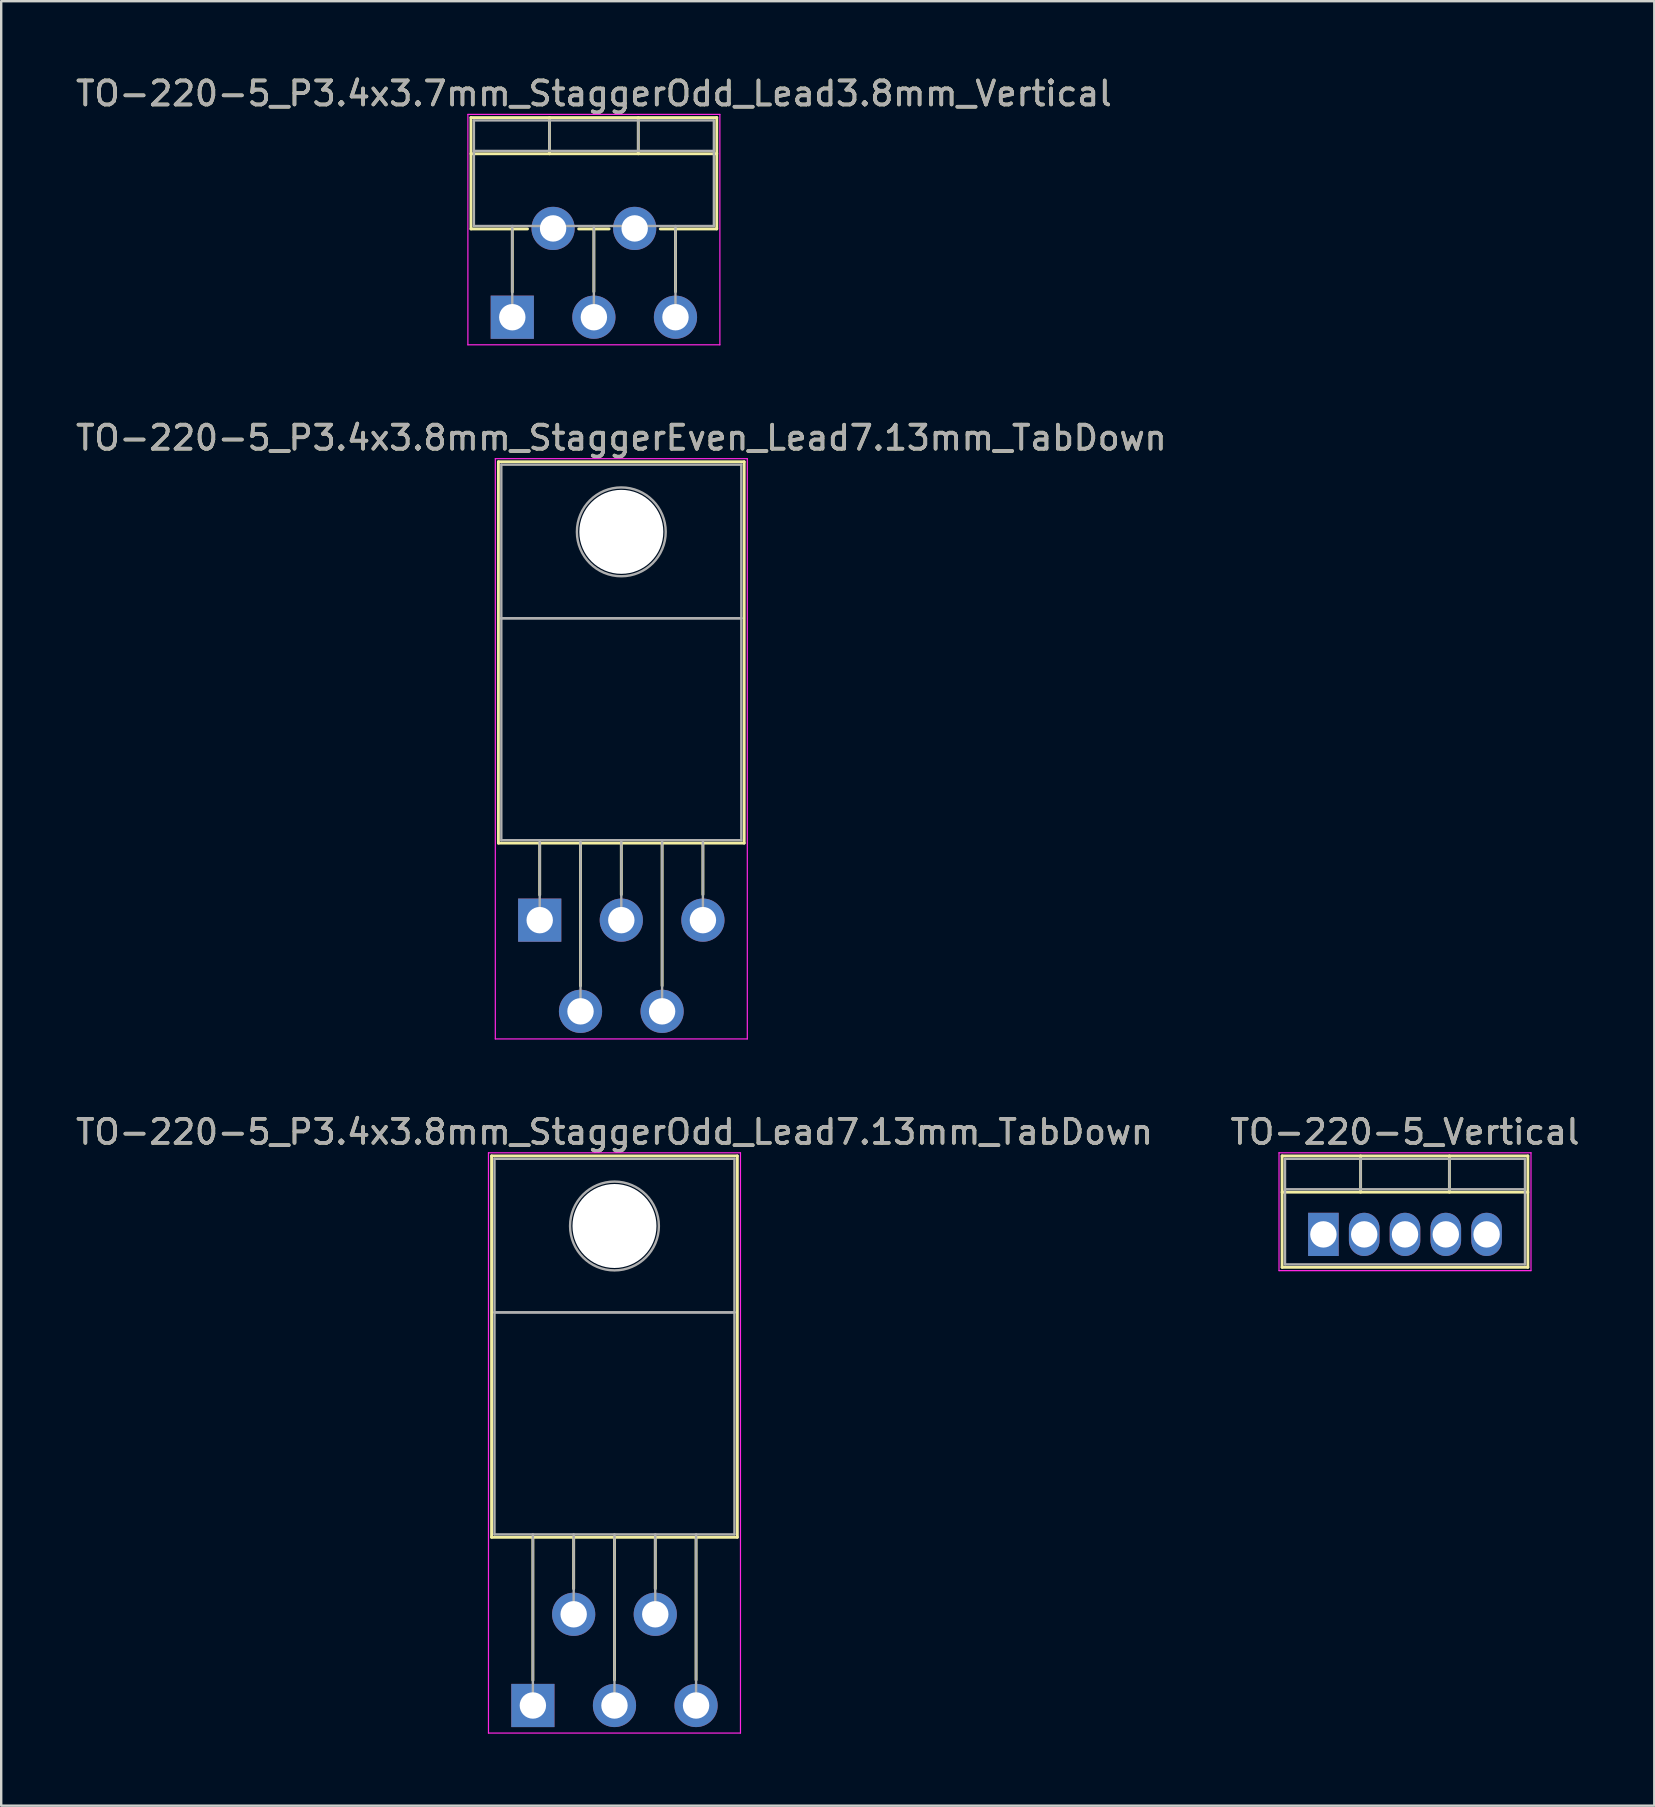
<source format=kicad_pcb>
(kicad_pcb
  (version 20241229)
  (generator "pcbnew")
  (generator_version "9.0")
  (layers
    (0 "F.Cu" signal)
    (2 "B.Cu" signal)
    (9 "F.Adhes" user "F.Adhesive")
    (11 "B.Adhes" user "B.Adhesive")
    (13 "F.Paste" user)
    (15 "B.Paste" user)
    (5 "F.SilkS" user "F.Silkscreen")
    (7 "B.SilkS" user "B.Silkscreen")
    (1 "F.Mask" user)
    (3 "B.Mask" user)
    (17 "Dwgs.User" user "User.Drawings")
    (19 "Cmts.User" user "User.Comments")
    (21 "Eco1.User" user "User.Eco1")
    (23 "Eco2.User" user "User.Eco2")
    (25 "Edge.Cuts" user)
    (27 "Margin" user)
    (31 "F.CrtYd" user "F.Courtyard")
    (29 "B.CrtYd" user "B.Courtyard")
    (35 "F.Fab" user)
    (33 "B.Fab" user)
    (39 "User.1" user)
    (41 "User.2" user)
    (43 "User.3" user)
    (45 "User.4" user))
  (footprint "TO-220-5_P3.4x3.7mm_StaggerOdd_Lead3.8mm_Vertical"
    (layer "F.Cu")
    (at 18.296 10.168)
    (property "Reference" "TO-220-5_P3.4x3.7mm_StaggerOdd_Lead3.8mm_Vertical" (at 3.4 -9.32 0) (layer "F.SilkS") (effects (font (size 1 1) (thickness 0.15))))
    (attr through_hole)
    (fp_line (start -1.721 -8.32) (end -1.721 -3.679) (stroke (width 0.12) (type solid)) (layer "F.SilkS"))
    (fp_line (start -1.721 -8.32) (end 8.52 -8.32) (stroke (width 0.12) (type solid)) (layer "F.SilkS"))
    (fp_line (start -1.721 -6.811) (end 8.52 -6.811) (stroke (width 0.12) (type solid)) (layer "F.SilkS"))
    (fp_line (start -1.721 -3.679) (end 0.635 -3.679) (stroke (width 0.12) (type solid)) (layer "F.SilkS"))
    (fp_line (start 0 -3.679) (end 0 -1.049) (stroke (width 0.12) (type solid)) (layer "F.SilkS"))
    (fp_line (start 1.55 -8.32) (end 1.55 -6.811) (stroke (width 0.12) (type solid)) (layer "F.SilkS"))
    (fp_line (start 2.765 -3.679) (end 4.035 -3.679) (stroke (width 0.12) (type solid)) (layer "F.SilkS"))
    (fp_line (start 3.4 -3.679) (end 3.4 -1.065) (stroke (width 0.12) (type solid)) (layer "F.SilkS"))
    (fp_line (start 5.25 -8.32) (end 5.25 -6.811) (stroke (width 0.12) (type solid)) (layer "F.SilkS"))
    (fp_line (start 6.165 -3.679) (end 8.52 -3.679) (stroke (width 0.12) (type solid)) (layer "F.SilkS"))
    (fp_line (start 6.8 -3.679) (end 6.8 -1.065) (stroke (width 0.12) (type solid)) (layer "F.SilkS"))
    (fp_line (start 8.52 -8.32) (end 8.52 -3.679) (stroke (width 0.12) (type solid)) (layer "F.SilkS"))
    (fp_line (start -1.85 -8.45) (end -1.85 1.15) (stroke (width 0.05) (type solid)) (layer "F.CrtYd"))
    (fp_line (start -1.85 1.15) (end 8.65 1.15) (stroke (width 0.05) (type solid)) (layer "F.CrtYd"))
    (fp_line (start 8.65 -8.45) (end -1.85 -8.45) (stroke (width 0.05) (type solid)) (layer "F.CrtYd"))
    (fp_line (start 8.65 1.15) (end 8.65 -8.45) (stroke (width 0.05) (type solid)) (layer "F.CrtYd"))
    (fp_line (start -1.6 -8.2) (end -1.6 -3.8) (stroke (width 0.1) (type solid)) (layer "F.Fab"))
    (fp_line (start -1.6 -6.93) (end 8.4 -6.93) (stroke (width 0.1) (type solid)) (layer "F.Fab"))
    (fp_line (start -1.6 -3.8) (end 8.4 -3.8) (stroke (width 0.1) (type solid)) (layer "F.Fab"))
    (fp_line (start 0 -3.8) (end 0 0) (stroke (width 0.1) (type solid)) (layer "F.Fab"))
    (fp_line (start 1.55 -8.2) (end 1.55 -6.93) (stroke (width 0.1) (type solid)) (layer "F.Fab"))
    (fp_line (start 1.7 -3.8) (end 1.7 -3.7) (stroke (width 0.1) (type solid)) (layer "F.Fab"))
    (fp_line (start 3.4 -3.8) (end 3.4 0) (stroke (width 0.1) (type solid)) (layer "F.Fab"))
    (fp_line (start 5.1 -3.8) (end 5.1 -3.7) (stroke (width 0.1) (type solid)) (layer "F.Fab"))
    (fp_line (start 5.25 -8.2) (end 5.25 -6.93) (stroke (width 0.1) (type solid)) (layer "F.Fab"))
    (fp_line (start 6.8 -3.8) (end 6.8 0) (stroke (width 0.1) (type solid)) (layer "F.Fab"))
    (fp_line (start 8.4 -8.2) (end -1.6 -8.2) (stroke (width 0.1) (type solid)) (layer "F.Fab"))
    (fp_line (start 8.4 -3.8) (end 8.4 -8.2) (stroke (width 0.1) (type solid)) (layer "F.Fab"))
    (fp_text user "${REFERENCE}" (at 3.4 -9.32 0) (layer "F.Fab") (effects (font (size 1 1) (thickness 0.15))))
    (pad "1" thru_hole rect (at 0 0) (size 1.8 1.8) (drill 1.1) (layers "*.Cu" "*.Mask"))
    (pad "2" thru_hole oval (at 1.7 -3.7) (size 1.8 1.8) (drill 1.1) (layers "*.Cu" "*.Mask"))
    (pad "3" thru_hole oval (at 3.4 0) (size 1.8 1.8) (drill 1.1) (layers "*.Cu" "*.Mask"))
    (pad "4" thru_hole oval (at 5.1 -3.7) (size 1.8 1.8) (drill 1.1) (layers "*.Cu" "*.Mask"))
    (pad "5" thru_hole oval (at 6.8 0) (size 1.8 1.8) (drill 1.1) (layers "*.Cu" "*.Mask")))
  (footprint "TO-220-5_Vertical"
    (layer "F.Cu")
    (at 52.094 48.385)
    (property "Reference" "TO-220-5_Vertical" (at 3.4 -4.27 0) (layer "F.SilkS") (effects (font (size 1 1) (thickness 0.15))))
    (attr through_hole)
    (fp_line (start -1.721 -3.27) (end -1.721 1.371) (stroke (width 0.12) (type solid)) (layer "F.SilkS"))
    (fp_line (start -1.721 -3.27) (end 8.52 -3.27) (stroke (width 0.12) (type solid)) (layer "F.SilkS"))
    (fp_line (start -1.721 -1.76) (end 8.52 -1.76) (stroke (width 0.12) (type solid)) (layer "F.SilkS"))
    (fp_line (start -1.721 1.371) (end 8.52 1.371) (stroke (width 0.12) (type solid)) (layer "F.SilkS"))
    (fp_line (start 1.55 -3.27) (end 1.55 -1.76) (stroke (width 0.12) (type solid)) (layer "F.SilkS"))
    (fp_line (start 5.25 -3.27) (end 5.25 -1.76) (stroke (width 0.12) (type solid)) (layer "F.SilkS"))
    (fp_line (start 8.52 -3.27) (end 8.52 1.371) (stroke (width 0.12) (type solid)) (layer "F.SilkS"))
    (fp_line (start -1.85 -3.4) (end -1.85 1.51) (stroke (width 0.05) (type solid)) (layer "F.CrtYd"))
    (fp_line (start -1.85 1.51) (end 8.65 1.51) (stroke (width 0.05) (type solid)) (layer "F.CrtYd"))
    (fp_line (start 8.65 -3.4) (end -1.85 -3.4) (stroke (width 0.05) (type solid)) (layer "F.CrtYd"))
    (fp_line (start 8.65 1.51) (end 8.65 -3.4) (stroke (width 0.05) (type solid)) (layer "F.CrtYd"))
    (fp_line (start -1.6 -3.15) (end -1.6 1.25) (stroke (width 0.1) (type solid)) (layer "F.Fab"))
    (fp_line (start -1.6 -1.88) (end 8.4 -1.88) (stroke (width 0.1) (type solid)) (layer "F.Fab"))
    (fp_line (start -1.6 1.25) (end 8.4 1.25) (stroke (width 0.1) (type solid)) (layer "F.Fab"))
    (fp_line (start 1.55 -3.15) (end 1.55 -1.88) (stroke (width 0.1) (type solid)) (layer "F.Fab"))
    (fp_line (start 5.25 -3.15) (end 5.25 -1.88) (stroke (width 0.1) (type solid)) (layer "F.Fab"))
    (fp_line (start 8.4 -3.15) (end -1.6 -3.15) (stroke (width 0.1) (type solid)) (layer "F.Fab"))
    (fp_line (start 8.4 1.25) (end 8.4 -3.15) (stroke (width 0.1) (type solid)) (layer "F.Fab"))
    (fp_text user "${REFERENCE}" (at 3.4 -4.27 0) (layer "F.Fab") (effects (font (size 1 1) (thickness 0.15))))
    (pad "1" thru_hole rect (at 0 0) (size 1.275 1.8) (drill 1.1) (layers "*.Cu" "*.Mask"))
    (pad "2" thru_hole oval (at 1.7 0) (size 1.275 1.8) (drill 1.1) (layers "*.Cu" "*.Mask"))
    (pad "3" thru_hole oval (at 3.4 0) (size 1.275 1.8) (drill 1.1) (layers "*.Cu" "*.Mask"))
    (pad "4" thru_hole oval (at 5.1 0) (size 1.275 1.8) (drill 1.1) (layers "*.Cu" "*.Mask"))
    (pad "5" thru_hole oval (at 6.8 0) (size 1.275 1.8) (drill 1.1) (layers "*.Cu" "*.Mask")))
  (footprint "TO-220-5_P3.4x3.8mm_StaggerEven_Lead7.13mm_TabDown"
    (layer "F.Cu")
    (at 19.439 35.291)
    (property "Reference" "TO-220-5_P3.4x3.8mm_StaggerEven_Lead7.13mm_TabDown" (at 3.4 -20.1 0) (layer "F.SilkS") (effects (font (size 1 1) (thickness 0.15))))
    (attr through_hole)
    (fp_line (start -1.721 -19.1) (end -1.721 -3.21) (stroke (width 0.12) (type solid)) (layer "F.SilkS"))
    (fp_line (start -1.721 -19.1) (end 8.52 -19.1) (stroke (width 0.12) (type solid)) (layer "F.SilkS"))
    (fp_line (start -1.721 -3.21) (end 8.52 -3.21) (stroke (width 0.12) (type solid)) (layer "F.SilkS"))
    (fp_line (start 0 -3.21) (end 0 -1.05) (stroke (width 0.12) (type solid)) (layer "F.SilkS"))
    (fp_line (start 1.7 -3.21) (end 1.7 2.735) (stroke (width 0.12) (type solid)) (layer "F.SilkS"))
    (fp_line (start 3.4 -3.21) (end 3.4 -1.066) (stroke (width 0.12) (type solid)) (layer "F.SilkS"))
    (fp_line (start 5.1 -3.21) (end 5.1 2.735) (stroke (width 0.12) (type solid)) (layer "F.SilkS"))
    (fp_line (start 6.8 -3.21) (end 6.8 -1.066) (stroke (width 0.12) (type solid)) (layer "F.SilkS"))
    (fp_line (start 8.52 -19.1) (end 8.52 -3.21) (stroke (width 0.12) (type solid)) (layer "F.SilkS"))
    (fp_line (start -1.85 -19.23) (end -1.85 4.95) (stroke (width 0.05) (type solid)) (layer "F.CrtYd"))
    (fp_line (start -1.85 4.95) (end 8.65 4.95) (stroke (width 0.05) (type solid)) (layer "F.CrtYd"))
    (fp_line (start 8.65 -19.23) (end -1.85 -19.23) (stroke (width 0.05) (type solid)) (layer "F.CrtYd"))
    (fp_line (start 8.65 4.95) (end 8.65 -19.23) (stroke (width 0.05) (type solid)) (layer "F.CrtYd"))
    (fp_line (start -1.6 -18.98) (end 8.4 -18.98) (stroke (width 0.1) (type solid)) (layer "F.Fab"))
    (fp_line (start -1.6 -12.58) (end -1.6 -18.98) (stroke (width 0.1) (type solid)) (layer "F.Fab"))
    (fp_line (start -1.6 -12.58) (end 8.4 -12.58) (stroke (width 0.1) (type solid)) (layer "F.Fab"))
    (fp_line (start -1.6 -3.33) (end -1.6 -12.58) (stroke (width 0.1) (type solid)) (layer "F.Fab"))
    (fp_line (start 0 -3.33) (end 0 0) (stroke (width 0.1) (type solid)) (layer "F.Fab"))
    (fp_line (start 1.7 -3.33) (end 1.7 3.8) (stroke (width 0.1) (type solid)) (layer "F.Fab"))
    (fp_line (start 3.4 -3.33) (end 3.4 0) (stroke (width 0.1) (type solid)) (layer "F.Fab"))
    (fp_line (start 5.1 -3.33) (end 5.1 3.8) (stroke (width 0.1) (type solid)) (layer "F.Fab"))
    (fp_line (start 6.8 -3.33) (end 6.8 0) (stroke (width 0.1) (type solid)) (layer "F.Fab"))
    (fp_line (start 8.4 -18.98) (end 8.4 -12.58) (stroke (width 0.1) (type solid)) (layer "F.Fab"))
    (fp_line (start 8.4 -12.58) (end -1.6 -12.58) (stroke (width 0.1) (type solid)) (layer "F.Fab"))
    (fp_line (start 8.4 -12.58) (end 8.4 -3.33) (stroke (width 0.1) (type solid)) (layer "F.Fab"))
    (fp_line (start 8.4 -3.33) (end -1.6 -3.33) (stroke (width 0.1) (type solid)) (layer "F.Fab"))
    (fp_circle (center 3.4 -16.18) (end 5.25 -16.18) (stroke (width 0.1) (type solid)) (fill no) (layer "F.Fab"))
    (fp_text user "${REFERENCE}" (at 3.4 -20.1 0) (layer "F.Fab") (effects (font (size 1 1) (thickness 0.15))))
    (pad "" np_thru_hole oval (at 3.4 -16.18) (size 3.5 3.5) (drill 3.5) (layers "*.Cu" "*.Mask"))
    (pad "1" thru_hole rect (at 0 0) (size 1.8 1.8) (drill 1.1) (layers "*.Cu" "*.Mask"))
    (pad "2" thru_hole oval (at 1.7 3.8) (size 1.8 1.8) (drill 1.1) (layers "*.Cu" "*.Mask"))
    (pad "3" thru_hole oval (at 3.4 0) (size 1.8 1.8) (drill 1.1) (layers "*.Cu" "*.Mask"))
    (pad "4" thru_hole oval (at 5.1 3.8) (size 1.8 1.8) (drill 1.1) (layers "*.Cu" "*.Mask"))
    (pad "5" thru_hole oval (at 6.8 0) (size 1.8 1.8) (drill 1.1) (layers "*.Cu" "*.Mask")))
  (footprint "TO-220-5_P3.4x3.8mm_StaggerOdd_Lead7.13mm_TabDown"
    (layer "F.Cu")
    (at 19.154 68.015)
    (property "Reference" "TO-220-5_P3.4x3.8mm_StaggerOdd_Lead7.13mm_TabDown" (at 3.4 -23.9 0) (layer "F.SilkS") (effects (font (size 1 1) (thickness 0.15))))
    (attr through_hole)
    (fp_line (start -1.721 -22.9) (end -1.721 -7.01) (stroke (width 0.12) (type solid)) (layer "F.SilkS"))
    (fp_line (start -1.721 -22.9) (end 8.52 -22.9) (stroke (width 0.12) (type solid)) (layer "F.SilkS"))
    (fp_line (start -1.721 -7.01) (end 8.52 -7.01) (stroke (width 0.12) (type solid)) (layer "F.SilkS"))
    (fp_line (start 0 -7.01) (end 0 -1.05) (stroke (width 0.12) (type solid)) (layer "F.SilkS"))
    (fp_line (start 1.7 -7.01) (end 1.7 -4.866) (stroke (width 0.12) (type solid)) (layer "F.SilkS"))
    (fp_line (start 3.4 -7.01) (end 3.4 -1.065) (stroke (width 0.12) (type solid)) (layer "F.SilkS"))
    (fp_line (start 5.1 -7.01) (end 5.1 -4.866) (stroke (width 0.12) (type solid)) (layer "F.SilkS"))
    (fp_line (start 6.8 -7.01) (end 6.8 -1.065) (stroke (width 0.12) (type solid)) (layer "F.SilkS"))
    (fp_line (start 8.52 -22.9) (end 8.52 -7.01) (stroke (width 0.12) (type solid)) (layer "F.SilkS"))
    (fp_line (start -1.85 -23.03) (end -1.85 1.15) (stroke (width 0.05) (type solid)) (layer "F.CrtYd"))
    (fp_line (start -1.85 1.15) (end 8.65 1.15) (stroke (width 0.05) (type solid)) (layer "F.CrtYd"))
    (fp_line (start 8.65 -23.03) (end -1.85 -23.03) (stroke (width 0.05) (type solid)) (layer "F.CrtYd"))
    (fp_line (start 8.65 1.15) (end 8.65 -23.03) (stroke (width 0.05) (type solid)) (layer "F.CrtYd"))
    (fp_line (start -1.6 -22.78) (end 8.4 -22.78) (stroke (width 0.1) (type solid)) (layer "F.Fab"))
    (fp_line (start -1.6 -16.38) (end -1.6 -22.78) (stroke (width 0.1) (type solid)) (layer "F.Fab"))
    (fp_line (start -1.6 -16.38) (end 8.4 -16.38) (stroke (width 0.1) (type solid)) (layer "F.Fab"))
    (fp_line (start -1.6 -7.13) (end -1.6 -16.38) (stroke (width 0.1) (type solid)) (layer "F.Fab"))
    (fp_line (start 0 -7.13) (end 0 0) (stroke (width 0.1) (type solid)) (layer "F.Fab"))
    (fp_line (start 1.7 -7.13) (end 1.7 -3.8) (stroke (width 0.1) (type solid)) (layer "F.Fab"))
    (fp_line (start 3.4 -7.13) (end 3.4 0) (stroke (width 0.1) (type solid)) (layer "F.Fab"))
    (fp_line (start 5.1 -7.13) (end 5.1 -3.8) (stroke (width 0.1) (type solid)) (layer "F.Fab"))
    (fp_line (start 6.8 -7.13) (end 6.8 0) (stroke (width 0.1) (type solid)) (layer "F.Fab"))
    (fp_line (start 8.4 -22.78) (end 8.4 -16.38) (stroke (width 0.1) (type solid)) (layer "F.Fab"))
    (fp_line (start 8.4 -16.38) (end -1.6 -16.38) (stroke (width 0.1) (type solid)) (layer "F.Fab"))
    (fp_line (start 8.4 -16.38) (end 8.4 -7.13) (stroke (width 0.1) (type solid)) (layer "F.Fab"))
    (fp_line (start 8.4 -7.13) (end -1.6 -7.13) (stroke (width 0.1) (type solid)) (layer "F.Fab"))
    (fp_circle (center 3.4 -19.98) (end 5.25 -19.98) (stroke (width 0.1) (type solid)) (fill no) (layer "F.Fab"))
    (fp_text user "${REFERENCE}" (at 3.4 -23.9 0) (layer "F.Fab") (effects (font (size 1 1) (thickness 0.15))))
    (pad "" np_thru_hole oval (at 3.4 -19.98) (size 3.5 3.5) (drill 3.5) (layers "*.Cu" "*.Mask"))
    (pad "1" thru_hole rect (at 0 0) (size 1.8 1.8) (drill 1.1) (layers "*.Cu" "*.Mask"))
    (pad "2" thru_hole oval (at 1.7 -3.8) (size 1.8 1.8) (drill 1.1) (layers "*.Cu" "*.Mask"))
    (pad "3" thru_hole oval (at 3.4 0) (size 1.8 1.8) (drill 1.1) (layers "*.Cu" "*.Mask"))
    (pad "4" thru_hole oval (at 5.1 -3.8) (size 1.8 1.8) (drill 1.1) (layers "*.Cu" "*.Mask"))
    (pad "5" thru_hole oval (at 6.8 0) (size 1.8 1.8) (drill 1.1) (layers "*.Cu" "*.Mask")))
  (gr_rect
    (start -3 -3)
    (end 65.881 72.19)
    (stroke (width 0.1) (type default))
    (fill no)
    (layer "Edge.Cuts")))
</source>
